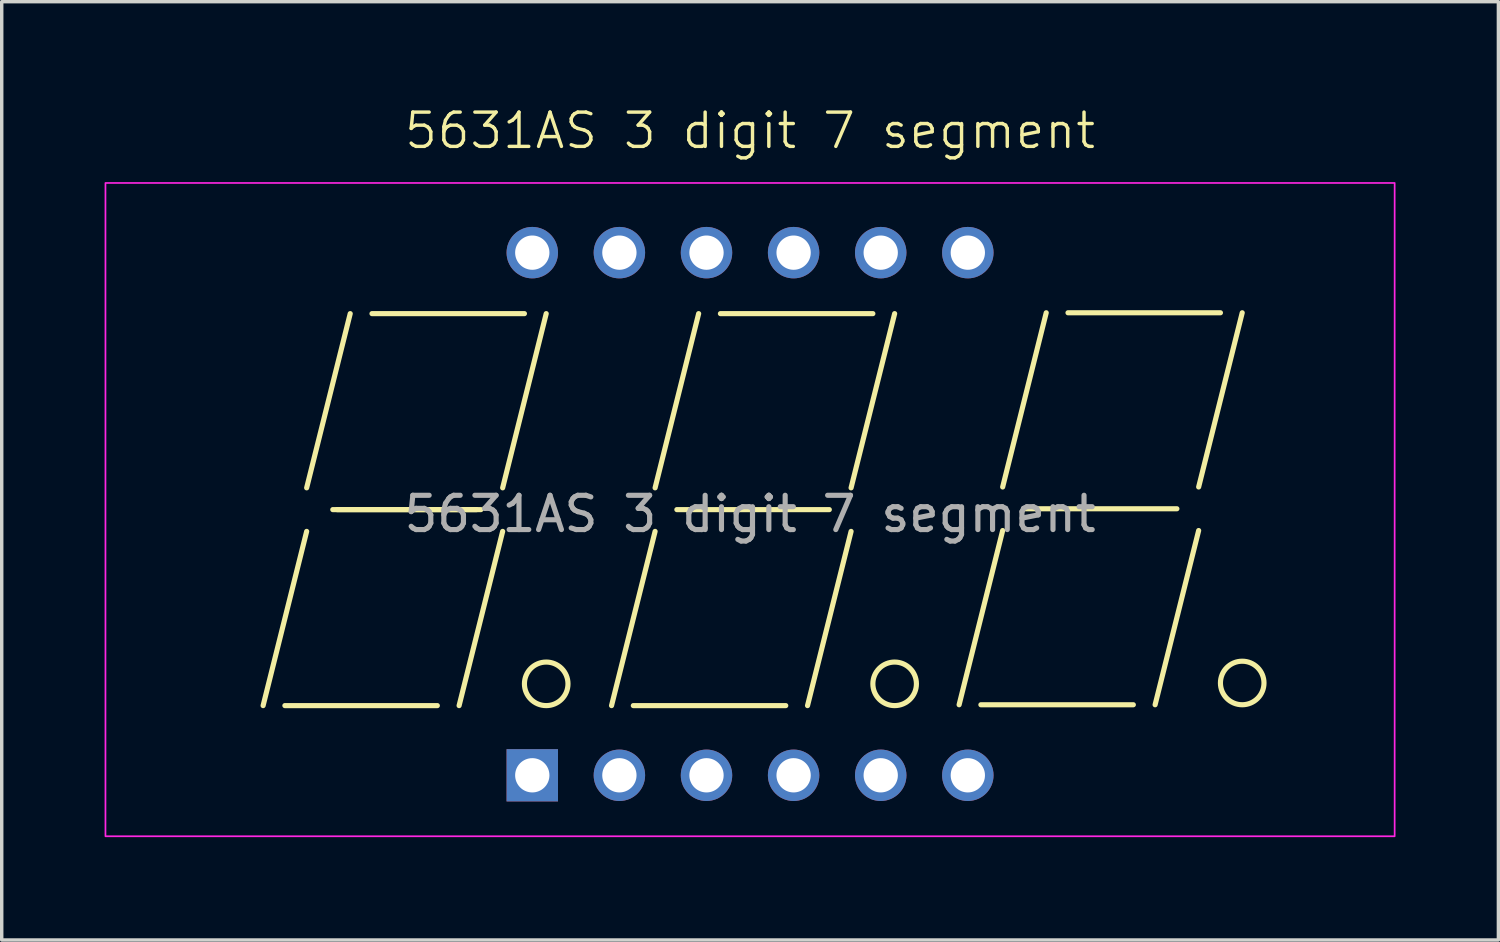
<source format=kicad_pcb>
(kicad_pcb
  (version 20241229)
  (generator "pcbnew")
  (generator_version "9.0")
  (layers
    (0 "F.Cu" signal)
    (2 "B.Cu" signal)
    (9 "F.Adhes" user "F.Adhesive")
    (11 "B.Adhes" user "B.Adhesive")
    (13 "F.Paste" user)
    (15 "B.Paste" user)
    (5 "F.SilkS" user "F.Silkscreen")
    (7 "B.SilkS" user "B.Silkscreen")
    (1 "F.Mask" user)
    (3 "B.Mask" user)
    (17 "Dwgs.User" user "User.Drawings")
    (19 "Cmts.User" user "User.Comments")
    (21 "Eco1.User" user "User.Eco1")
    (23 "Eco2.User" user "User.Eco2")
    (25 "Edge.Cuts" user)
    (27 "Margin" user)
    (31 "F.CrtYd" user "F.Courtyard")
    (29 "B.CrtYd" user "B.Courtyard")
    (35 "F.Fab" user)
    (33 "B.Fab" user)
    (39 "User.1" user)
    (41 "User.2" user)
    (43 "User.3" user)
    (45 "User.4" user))
  (footprint "5631AS 3 digit 7 segment"
    (layer "F.Cu")
    (at 18.821 11.937)
    (property "Reference" "5631AS 3 digit 7 segment" (at 0 -11.176 0) (unlocked yes) (layer "F.SilkS") (effects (font (size 1 1) (thickness 0.1))))
    (attr through_hole)
    (fp_line (start -13.564 5.588) (end -9.119 5.588) (stroke (width 0.15) (type solid)) (layer "F.SilkS"))
    (fp_line (start -12.929 -0.762) (end -11.659 -5.842) (stroke (width 0.15) (type solid)) (layer "F.SilkS"))
    (fp_line (start -12.929 0.508) (end -14.199 5.588) (stroke (width 0.15) (type solid)) (layer "F.SilkS"))
    (fp_line (start -12.167 -0.127) (end -7.849 -0.127) (stroke (width 0.15) (type solid)) (layer "F.SilkS"))
    (fp_line (start -12.04 -0.127) (end -7.976 -0.127) (stroke (width 0.15) (type solid)) (layer "F.SilkS"))
    (fp_line (start -11.024 -5.842) (end -6.579 -5.842) (stroke (width 0.15) (type solid)) (layer "F.SilkS"))
    (fp_line (start -7.214 -0.762) (end -5.944 -5.842) (stroke (width 0.15) (type solid)) (layer "F.SilkS"))
    (fp_line (start -7.214 0.508) (end -8.484 5.588) (stroke (width 0.15) (type solid)) (layer "F.SilkS"))
    (fp_line (start -4.039 5.588) (end -2.769 0.508) (stroke (width 0.15) (type solid)) (layer "F.SilkS"))
    (fp_line (start -3.404 5.588) (end 1.041 5.588) (stroke (width 0.15) (type solid)) (layer "F.SilkS"))
    (fp_line (start -2.769 -0.762) (end -1.499 -5.842) (stroke (width 0.15) (type solid)) (layer "F.SilkS"))
    (fp_line (start -2.134 -0.127) (end 2.311 -0.127) (stroke (width 0.15) (type solid)) (layer "F.SilkS"))
    (fp_line (start -0.864 -5.842) (end 3.581 -5.842) (stroke (width 0.15) (type solid)) (layer "F.SilkS"))
    (fp_line (start 2.946 -0.762) (end 4.216 -5.842) (stroke (width 0.15) (type solid)) (layer "F.SilkS"))
    (fp_line (start 2.946 0.508) (end 1.676 5.588) (stroke (width 0.15) (type solid)) (layer "F.SilkS"))
    (fp_line (start 6.096 5.563) (end 7.366 0.483) (stroke (width 0.15) (type solid)) (layer "F.SilkS"))
    (fp_line (start 6.731 5.563) (end 11.176 5.563) (stroke (width 0.15) (type solid)) (layer "F.SilkS"))
    (fp_line (start 7.366 -0.787) (end 8.636 -5.867) (stroke (width 0.15) (type solid)) (layer "F.SilkS"))
    (fp_line (start 8.001 -0.152) (end 12.446 -0.152) (stroke (width 0.15) (type solid)) (layer "F.SilkS"))
    (fp_line (start 9.271 -5.867) (end 13.716 -5.867) (stroke (width 0.15) (type solid)) (layer "F.SilkS"))
    (fp_line (start 13.081 -0.787) (end 14.351 -5.867) (stroke (width 0.15) (type solid)) (layer "F.SilkS"))
    (fp_line (start 13.081 0.483) (end 11.811 5.563) (stroke (width 0.15) (type solid)) (layer "F.SilkS"))
    (fp_circle (center -5.944 4.953) (end -5.309 4.953) (stroke (width 0.15) (type solid)) (fill no) (layer "F.SilkS"))
    (fp_circle (center 4.216 4.953) (end 4.851 4.953) (stroke (width 0.15) (type solid)) (fill no) (layer "F.SilkS"))
    (fp_circle (center 14.351 4.928) (end 14.986 4.928) (stroke (width 0.15) (type solid)) (fill no) (layer "F.SilkS"))
    (fp_rect (start -18.796 -9.652) (end 18.796 9.398) (stroke (width 0.05) (type default)) (fill no) (layer "F.CrtYd"))
    (fp_text user "${REFERENCE}" (at 0 0 0) (unlocked yes) (layer "F.Fab") (effects (font (size 1 1) (thickness 0.15))))
    (pad "1" thru_hole rect (at -6.35 7.62) (size 1.5 1.524) (drill 1) (layers "*.Cu" "*.Mask"))
    (pad "2" thru_hole circle (at -3.81 7.62) (size 1.5 1.5) (drill 1) (layers "*.Cu" "*.Mask"))
    (pad "3" thru_hole circle (at -1.27 7.62) (size 1.5 1.5) (drill 1) (layers "*.Cu" "*.Mask"))
    (pad "4" thru_hole circle (at 1.27 7.62) (size 1.5 1.5) (drill 1) (layers "*.Cu" "*.Mask"))
    (pad "5" thru_hole circle (at 3.81 7.62) (size 1.5 1.5) (drill 1) (layers "*.Cu" "*.Mask"))
    (pad "6" thru_hole circle (at 6.35 7.62) (size 1.5 1.5) (drill 1) (layers "*.Cu" "*.Mask"))
    (pad "7" thru_hole circle (at 6.35 -7.62) (size 1.5 1.5) (drill 1) (layers "*.Cu" "*.Mask"))
    (pad "8" thru_hole circle (at 3.81 -7.62) (size 1.5 1.5) (drill 1) (layers "*.Cu" "*.Mask"))
    (pad "9" thru_hole circle (at 1.27 -7.62) (size 1.5 1.5) (drill 1) (layers "*.Cu" "*.Mask"))
    (pad "10" thru_hole circle (at -1.27 -7.62) (size 1.5 1.5) (drill 1) (layers "*.Cu" "*.Mask"))
    (pad "11" thru_hole circle (at -3.81 -7.62) (size 1.5 1.5) (drill 1) (layers "*.Cu" "*.Mask"))
    (pad "12" thru_hole circle (at -6.35 -7.62) (size 1.5 1.5) (drill 1) (layers "*.Cu" "*.Mask")))
  (gr_rect
    (start -3 -3)
    (end 40.642 24.36)
    (stroke (width 0.1) (type default))
    (fill no)
    (layer "Edge.Cuts")))
</source>
